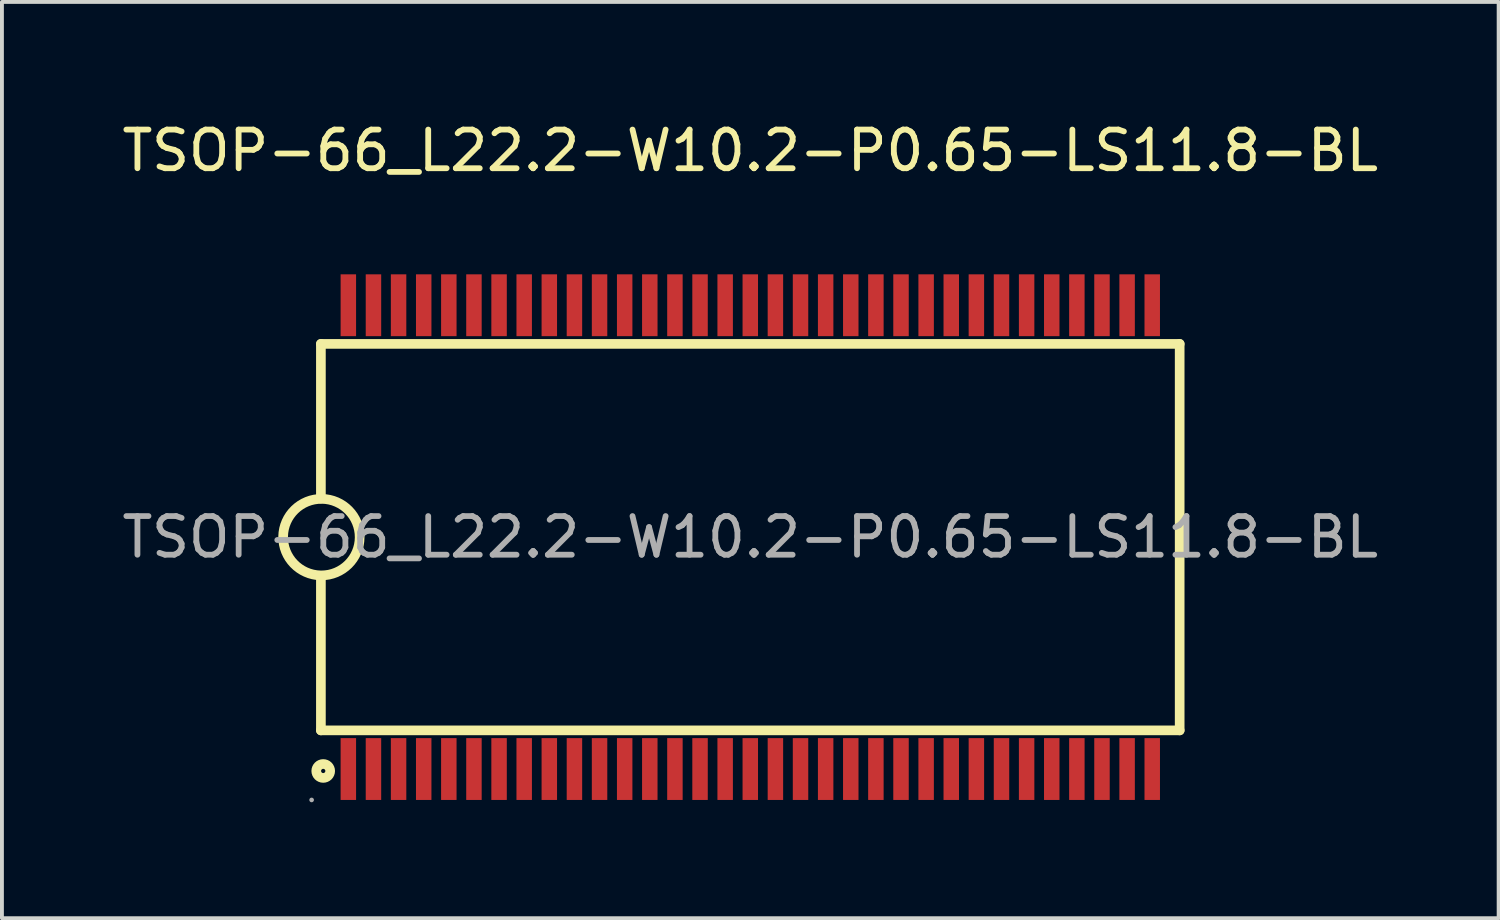
<source format=kicad_pcb>
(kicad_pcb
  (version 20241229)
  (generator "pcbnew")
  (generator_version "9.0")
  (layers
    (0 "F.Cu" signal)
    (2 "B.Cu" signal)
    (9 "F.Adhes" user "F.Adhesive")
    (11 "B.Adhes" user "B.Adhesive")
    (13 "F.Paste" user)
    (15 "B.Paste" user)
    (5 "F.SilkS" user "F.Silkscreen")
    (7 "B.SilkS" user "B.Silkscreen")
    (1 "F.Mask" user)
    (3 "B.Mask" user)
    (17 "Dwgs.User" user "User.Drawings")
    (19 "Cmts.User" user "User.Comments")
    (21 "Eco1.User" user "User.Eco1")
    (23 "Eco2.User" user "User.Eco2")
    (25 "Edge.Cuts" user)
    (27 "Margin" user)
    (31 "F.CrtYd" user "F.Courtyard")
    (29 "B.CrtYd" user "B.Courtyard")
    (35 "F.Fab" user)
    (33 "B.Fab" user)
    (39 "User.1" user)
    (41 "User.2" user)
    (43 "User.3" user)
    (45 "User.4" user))
  (footprint "TSOP-66_L22.2-W10.2-P0.65-LS11.8-BL"
    (layer "F.Cu")
    (at 16.363 10.848)
    (property "Reference" "TSOP-66_L22.2-W10.2-P0.65-LS11.8-BL" (at 0 -10 0) (layer "F.SilkS") (effects (font (size 1 1) (thickness 0.15))))
    (attr through_hole)
    (fp_line (start -11.11 -5) (end 11.11 -5) (stroke (width 0.25) (type solid)) (layer "F.SilkS"))
    (fp_line (start -11.11 -1) (end -11.11 -5) (stroke (width 0.25) (type solid)) (layer "F.SilkS"))
    (fp_line (start -11.11 5) (end -11.11 1) (stroke (width 0.25) (type solid)) (layer "F.SilkS"))
    (fp_line (start -11.11 5) (end 11.11 5) (stroke (width 0.25) (type solid)) (layer "F.SilkS"))
    (fp_line (start 11.11 5) (end 11.11 -5) (stroke (width 0.25) (type solid)) (layer "F.SilkS"))
    (fp_arc (start -11.117278 0.989849) (mid -11.091361 -0.989962) (end -11.1 0.99) (stroke (width 0.25) (type solid)) (layer "F.SilkS"))
    (fp_circle (center -11.05 6.05) (end -10.87 6.05) (stroke (width 0.25) (type solid)) (fill no) (layer "F.SilkS"))
    (fp_circle (center -11.35 6.8) (end -11.32 6.8) (stroke (width 0.06) (type solid)) (fill no) (layer "F.Fab"))
    (fp_text user "${REFERENCE}" (at 0 0 0) (layer "F.Fab") (effects (font (size 1 1) (thickness 0.15))))
    (pad "1" smd rect (at -10.4 6) (size 0.4 1.6) (layers "F.Cu" "F.Mask" "F.Paste"))
    (pad "2" smd rect (at -9.75 6) (size 0.4 1.6) (layers "F.Cu" "F.Mask" "F.Paste"))
    (pad "3" smd rect (at -9.1 6) (size 0.4 1.6) (layers "F.Cu" "F.Mask" "F.Paste"))
    (pad "4" smd rect (at -8.45 6) (size 0.4 1.6) (layers "F.Cu" "F.Mask" "F.Paste"))
    (pad "5" smd rect (at -7.8 6) (size 0.4 1.6) (layers "F.Cu" "F.Mask" "F.Paste"))
    (pad "6" smd rect (at -7.15 6) (size 0.4 1.6) (layers "F.Cu" "F.Mask" "F.Paste"))
    (pad "7" smd rect (at -6.5 6) (size 0.4 1.6) (layers "F.Cu" "F.Mask" "F.Paste"))
    (pad "8" smd rect (at -5.85 6) (size 0.4 1.6) (layers "F.Cu" "F.Mask" "F.Paste"))
    (pad "9" smd rect (at -5.2 6) (size 0.4 1.6) (layers "F.Cu" "F.Mask" "F.Paste"))
    (pad "10" smd rect (at -4.55 6) (size 0.4 1.6) (layers "F.Cu" "F.Mask" "F.Paste"))
    (pad "11" smd rect (at -3.9 6) (size 0.4 1.6) (layers "F.Cu" "F.Mask" "F.Paste"))
    (pad "12" smd rect (at -3.25 6) (size 0.4 1.6) (layers "F.Cu" "F.Mask" "F.Paste"))
    (pad "13" smd rect (at -2.6 6) (size 0.4 1.6) (layers "F.Cu" "F.Mask" "F.Paste"))
    (pad "14" smd rect (at -1.95 6) (size 0.4 1.6) (layers "F.Cu" "F.Mask" "F.Paste"))
    (pad "15" smd rect (at -1.3 6) (size 0.4 1.6) (layers "F.Cu" "F.Mask" "F.Paste"))
    (pad "16" smd rect (at -0.65 6) (size 0.4 1.6) (layers "F.Cu" "F.Mask" "F.Paste"))
    (pad "17" smd rect (at 0 6) (size 0.4 1.6) (layers "F.Cu" "F.Mask" "F.Paste"))
    (pad "18" smd rect (at 0.65 6) (size 0.4 1.6) (layers "F.Cu" "F.Mask" "F.Paste"))
    (pad "19" smd rect (at 1.3 6) (size 0.4 1.6) (layers "F.Cu" "F.Mask" "F.Paste"))
    (pad "20" smd rect (at 1.95 6) (size 0.4 1.6) (layers "F.Cu" "F.Mask" "F.Paste"))
    (pad "21" smd rect (at 2.6 6) (size 0.4 1.6) (layers "F.Cu" "F.Mask" "F.Paste"))
    (pad "22" smd rect (at 3.25 6) (size 0.4 1.6) (layers "F.Cu" "F.Mask" "F.Paste"))
    (pad "23" smd rect (at 3.9 6) (size 0.4 1.6) (layers "F.Cu" "F.Mask" "F.Paste"))
    (pad "24" smd rect (at 4.55 6) (size 0.4 1.6) (layers "F.Cu" "F.Mask" "F.Paste"))
    (pad "25" smd rect (at 5.2 6) (size 0.4 1.6) (layers "F.Cu" "F.Mask" "F.Paste"))
    (pad "26" smd rect (at 5.85 6) (size 0.4 1.6) (layers "F.Cu" "F.Mask" "F.Paste"))
    (pad "27" smd rect (at 6.5 6) (size 0.4 1.6) (layers "F.Cu" "F.Mask" "F.Paste"))
    (pad "28" smd rect (at 7.15 6) (size 0.4 1.6) (layers "F.Cu" "F.Mask" "F.Paste"))
    (pad "29" smd rect (at 7.8 6) (size 0.4 1.6) (layers "F.Cu" "F.Mask" "F.Paste"))
    (pad "30" smd rect (at 8.45 6) (size 0.4 1.6) (layers "F.Cu" "F.Mask" "F.Paste"))
    (pad "31" smd rect (at 9.1 6) (size 0.4 1.6) (layers "F.Cu" "F.Mask" "F.Paste"))
    (pad "32" smd rect (at 9.75 6) (size 0.4 1.6) (layers "F.Cu" "F.Mask" "F.Paste"))
    (pad "33" smd rect (at 10.4 6) (size 0.4 1.6) (layers "F.Cu" "F.Mask" "F.Paste"))
    (pad "34" smd rect (at 10.4 -6) (size 0.4 1.6) (layers "F.Cu" "F.Mask" "F.Paste"))
    (pad "35" smd rect (at 9.75 -6) (size 0.4 1.6) (layers "F.Cu" "F.Mask" "F.Paste"))
    (pad "36" smd rect (at 9.1 -6) (size 0.4 1.6) (layers "F.Cu" "F.Mask" "F.Paste"))
    (pad "37" smd rect (at 8.45 -6) (size 0.4 1.6) (layers "F.Cu" "F.Mask" "F.Paste"))
    (pad "38" smd rect (at 7.8 -6) (size 0.4 1.6) (layers "F.Cu" "F.Mask" "F.Paste"))
    (pad "39" smd rect (at 7.15 -6) (size 0.4 1.6) (layers "F.Cu" "F.Mask" "F.Paste"))
    (pad "40" smd rect (at 6.5 -6) (size 0.4 1.6) (layers "F.Cu" "F.Mask" "F.Paste"))
    (pad "41" smd rect (at 5.85 -6) (size 0.4 1.6) (layers "F.Cu" "F.Mask" "F.Paste"))
    (pad "42" smd rect (at 5.2 -6) (size 0.4 1.6) (layers "F.Cu" "F.Mask" "F.Paste"))
    (pad "43" smd rect (at 4.55 -6) (size 0.4 1.6) (layers "F.Cu" "F.Mask" "F.Paste"))
    (pad "44" smd rect (at 3.9 -6) (size 0.4 1.6) (layers "F.Cu" "F.Mask" "F.Paste"))
    (pad "45" smd rect (at 3.25 -6) (size 0.4 1.6) (layers "F.Cu" "F.Mask" "F.Paste"))
    (pad "46" smd rect (at 2.6 -6) (size 0.4 1.6) (layers "F.Cu" "F.Mask" "F.Paste"))
    (pad "47" smd rect (at 1.95 -6) (size 0.4 1.6) (layers "F.Cu" "F.Mask" "F.Paste"))
    (pad "48" smd rect (at 1.3 -6) (size 0.4 1.6) (layers "F.Cu" "F.Mask" "F.Paste"))
    (pad "49" smd rect (at 0.65 -6) (size 0.4 1.6) (layers "F.Cu" "F.Mask" "F.Paste"))
    (pad "50" smd rect (at 0 -6) (size 0.4 1.6) (layers "F.Cu" "F.Mask" "F.Paste"))
    (pad "51" smd rect (at -0.65 -6) (size 0.4 1.6) (layers "F.Cu" "F.Mask" "F.Paste"))
    (pad "52" smd rect (at -1.3 -6) (size 0.4 1.6) (layers "F.Cu" "F.Mask" "F.Paste"))
    (pad "53" smd rect (at -1.95 -6) (size 0.4 1.6) (layers "F.Cu" "F.Mask" "F.Paste"))
    (pad "54" smd rect (at -2.6 -6) (size 0.4 1.6) (layers "F.Cu" "F.Mask" "F.Paste"))
    (pad "55" smd rect (at -3.25 -6) (size 0.4 1.6) (layers "F.Cu" "F.Mask" "F.Paste"))
    (pad "56" smd rect (at -3.9 -6) (size 0.4 1.6) (layers "F.Cu" "F.Mask" "F.Paste"))
    (pad "57" smd rect (at -4.55 -6) (size 0.4 1.6) (layers "F.Cu" "F.Mask" "F.Paste"))
    (pad "58" smd rect (at -5.2 -6) (size 0.4 1.6) (layers "F.Cu" "F.Mask" "F.Paste"))
    (pad "59" smd rect (at -5.85 -6) (size 0.4 1.6) (layers "F.Cu" "F.Mask" "F.Paste"))
    (pad "60" smd rect (at -6.5 -6) (size 0.4 1.6) (layers "F.Cu" "F.Mask" "F.Paste"))
    (pad "61" smd rect (at -7.15 -6) (size 0.4 1.6) (layers "F.Cu" "F.Mask" "F.Paste"))
    (pad "62" smd rect (at -7.8 -6) (size 0.4 1.6) (layers "F.Cu" "F.Mask" "F.Paste"))
    (pad "63" smd rect (at -8.45 -6) (size 0.4 1.6) (layers "F.Cu" "F.Mask" "F.Paste"))
    (pad "64" smd rect (at -9.1 -6) (size 0.4 1.6) (layers "F.Cu" "F.Mask" "F.Paste"))
    (pad "65" smd rect (at -9.75 -6) (size 0.4 1.6) (layers "F.Cu" "F.Mask" "F.Paste"))
    (pad "66" smd rect (at -10.4 -6) (size 0.4 1.6) (layers "F.Cu" "F.Mask" "F.Paste")))
  (gr_rect
    (start -3 -3)
    (end 35.726 20.708)
    (stroke (width 0.1) (type default))
    (fill no)
    (layer "Edge.Cuts")))
</source>
